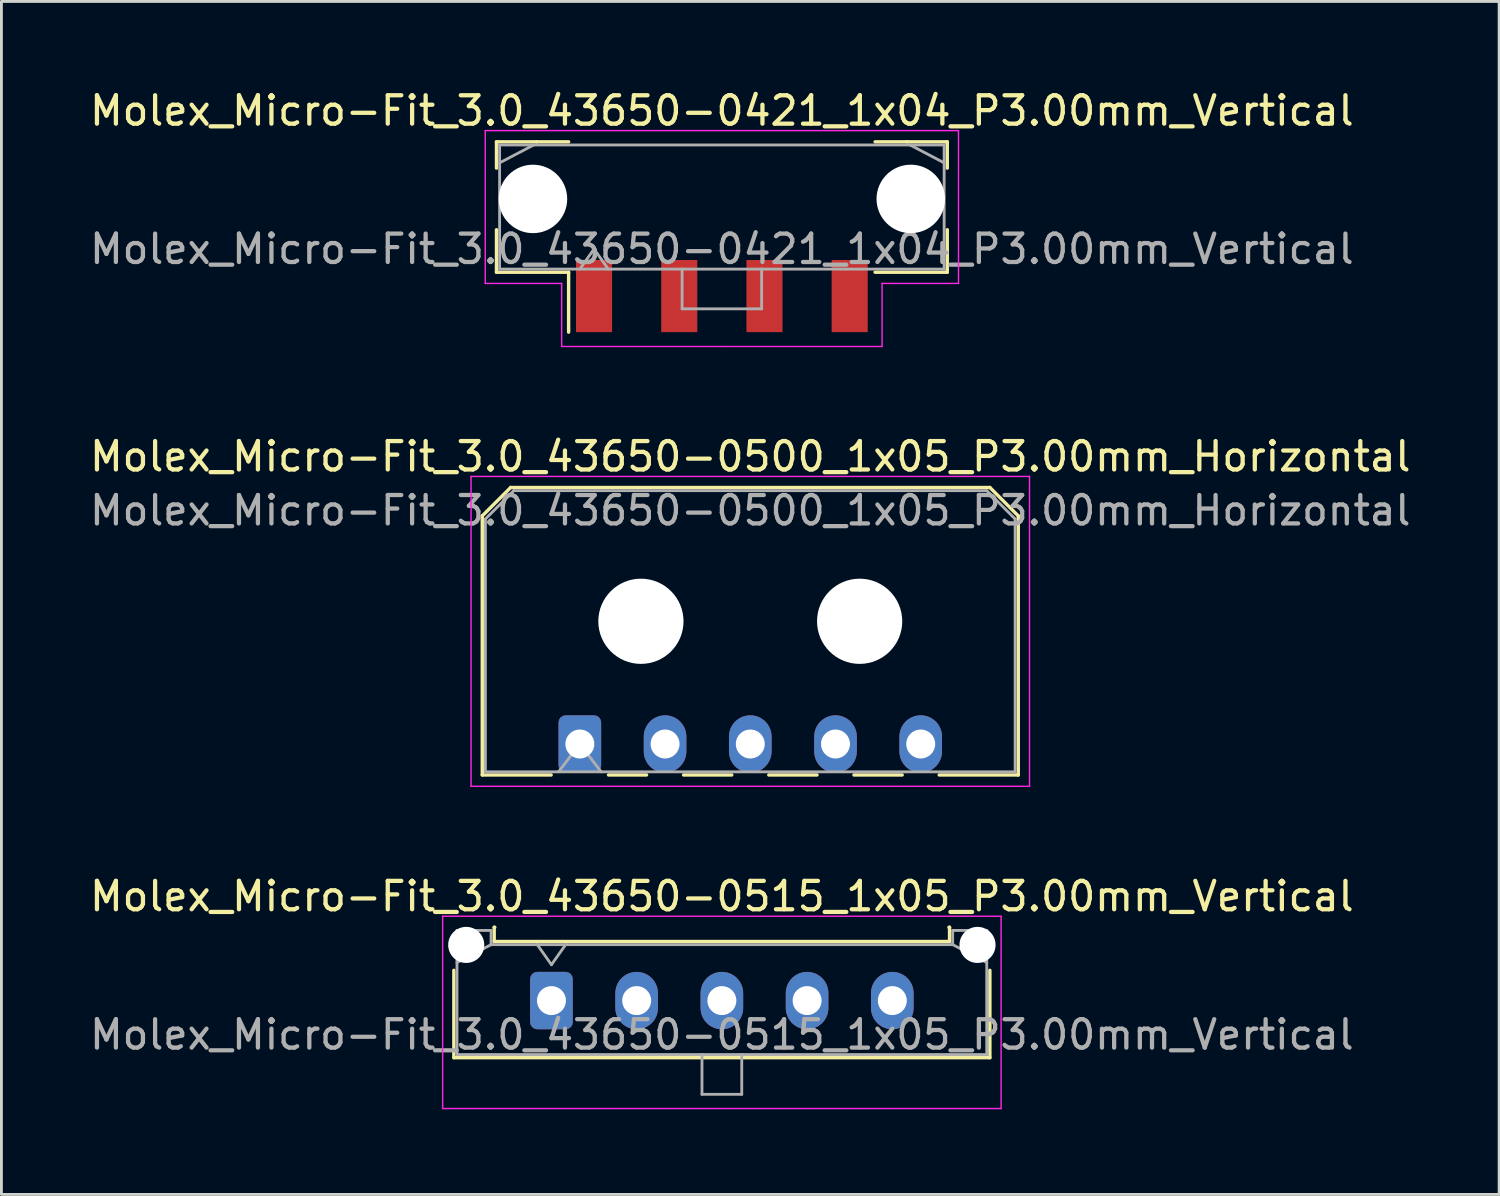
<source format=kicad_pcb>
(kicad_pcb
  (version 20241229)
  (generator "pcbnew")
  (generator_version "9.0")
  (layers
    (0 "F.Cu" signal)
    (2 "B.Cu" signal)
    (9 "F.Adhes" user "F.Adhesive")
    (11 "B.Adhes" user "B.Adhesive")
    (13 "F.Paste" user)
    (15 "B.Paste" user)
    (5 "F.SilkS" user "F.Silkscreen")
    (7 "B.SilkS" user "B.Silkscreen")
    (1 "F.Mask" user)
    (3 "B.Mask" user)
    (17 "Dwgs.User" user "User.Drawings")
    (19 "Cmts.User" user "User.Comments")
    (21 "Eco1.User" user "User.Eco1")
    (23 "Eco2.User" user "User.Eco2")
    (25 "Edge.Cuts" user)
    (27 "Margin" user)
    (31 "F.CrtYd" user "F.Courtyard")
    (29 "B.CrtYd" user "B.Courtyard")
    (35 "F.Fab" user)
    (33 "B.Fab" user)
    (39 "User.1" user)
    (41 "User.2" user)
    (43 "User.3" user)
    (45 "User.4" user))
  (footprint "Molex_Micro-Fit_3.0_43650-0515_1x05_P3.00mm_Vertical"
    (layer "F.Cu")
    (at 16.363 32.175)
    (property "Reference" "Molex_Micro-Fit_3.0_43650-0515_1x05_P3.00mm_Vertical" (at 6 -3.67 0) (layer "F.SilkS") (effects (font (size 1 1) (thickness 0.15))))
    (attr through_hole)
    (fp_line (start -3.435 -1.065) (end -3.435 2.01) (stroke (width 0.12) (type solid)) (layer "F.SilkS"))
    (fp_line (start -3.435 2.01) (end 15.435 2.01) (stroke (width 0.12) (type solid)) (layer "F.SilkS"))
    (fp_line (start -2.015 -2.58) (end -2.015 -2.08) (stroke (width 0.12) (type solid)) (layer "F.SilkS"))
    (fp_line (start -2.015 -2.08) (end 14.015 -2.08) (stroke (width 0.12) (type solid)) (layer "F.SilkS"))
    (fp_line (start -1.995 -2.58) (end -2.015 -2.58) (stroke (width 0.12) (type solid)) (layer "F.SilkS"))
    (fp_line (start 14.015 -2.58) (end 13.995 -2.58) (stroke (width 0.12) (type solid)) (layer "F.SilkS"))
    (fp_line (start 14.015 -2.08) (end 14.015 -2.58) (stroke (width 0.12) (type solid)) (layer "F.SilkS"))
    (fp_line (start 15.435 2.01) (end 15.435 -1.065) (stroke (width 0.12) (type solid)) (layer "F.SilkS"))
    (fp_line (start -3.83 -2.97) (end 15.83 -2.97) (stroke (width 0.05) (type solid)) (layer "F.CrtYd"))
    (fp_line (start -3.83 3.8) (end -3.83 -2.97) (stroke (width 0.05) (type solid)) (layer "F.CrtYd"))
    (fp_line (start 15.83 -2.97) (end 15.83 3.8) (stroke (width 0.05) (type solid)) (layer "F.CrtYd"))
    (fp_line (start 15.83 3.8) (end -3.83 3.8) (stroke (width 0.05) (type solid)) (layer "F.CrtYd"))
    (fp_line (start -3.325 -2.47) (end -3.325 1.9) (stroke (width 0.1) (type solid)) (layer "F.Fab"))
    (fp_line (start -3.325 -1.34) (end -2.125 -1.97) (stroke (width 0.1) (type solid)) (layer "F.Fab"))
    (fp_line (start -3.325 1.9) (end 15.325 1.9) (stroke (width 0.1) (type solid)) (layer "F.Fab"))
    (fp_line (start -2.125 -2.47) (end -3.325 -2.47) (stroke (width 0.1) (type solid)) (layer "F.Fab"))
    (fp_line (start -2.125 -1.97) (end -2.125 -2.47) (stroke (width 0.1) (type solid)) (layer "F.Fab"))
    (fp_line (start -0.5 -1.97) (end 0 -1.263) (stroke (width 0.1) (type solid)) (layer "F.Fab"))
    (fp_line (start 0 -1.263) (end 0.5 -1.97) (stroke (width 0.1) (type solid)) (layer "F.Fab"))
    (fp_line (start 5.3 1.9) (end 5.3 3.3) (stroke (width 0.1) (type solid)) (layer "F.Fab"))
    (fp_line (start 5.3 3.3) (end 6.7 3.3) (stroke (width 0.1) (type solid)) (layer "F.Fab"))
    (fp_line (start 6.7 3.3) (end 6.7 1.9) (stroke (width 0.1) (type solid)) (layer "F.Fab"))
    (fp_line (start 14.125 -2.47) (end 14.125 -1.97) (stroke (width 0.1) (type solid)) (layer "F.Fab"))
    (fp_line (start 14.125 -1.97) (end -2.125 -1.97) (stroke (width 0.1) (type solid)) (layer "F.Fab"))
    (fp_line (start 15.325 -2.47) (end 14.125 -2.47) (stroke (width 0.1) (type solid)) (layer "F.Fab"))
    (fp_line (start 15.325 -1.34) (end 14.125 -1.97) (stroke (width 0.1) (type solid)) (layer "F.Fab"))
    (fp_line (start 15.325 1.9) (end 15.325 -2.47) (stroke (width 0.1) (type solid)) (layer "F.Fab"))
    (fp_text user "${REFERENCE}" (at 6 1.2 0) (layer "F.Fab") (effects (font (size 1 1) (thickness 0.15))))
    (pad "" np_thru_hole circle (at -3 -1.96) (size 1.27 1.27) (drill 1.27) (layers "*.Cu" "*.Mask"))
    (pad "" np_thru_hole circle (at 15 -1.96) (size 1.27 1.27) (drill 1.27) (layers "*.Cu" "*.Mask"))
    (pad "1" thru_hole roundrect (at 0 0) (size 1.5 2.02) (drill 1.02) (layers "*.Cu" "*.Mask") (roundrect_rratio 0.167))
    (pad "2" thru_hole oval (at 3 0) (size 1.5 2.02) (drill 1.02) (layers "*.Cu" "*.Mask"))
    (pad "3" thru_hole oval (at 6 0) (size 1.5 2.02) (drill 1.02) (layers "*.Cu" "*.Mask"))
    (pad "4" thru_hole oval (at 9 0) (size 1.5 2.02) (drill 1.02) (layers "*.Cu" "*.Mask"))
    (pad "5" thru_hole oval (at 12 0) (size 1.5 2.02) (drill 1.02) (layers "*.Cu" "*.Mask")))
  (footprint "Molex_Micro-Fit_3.0_43650-0500_1x05_P3.00mm_Horizontal"
    (layer "F.Cu")
    (at 17.363 23.142)
    (property "Reference" "Molex_Micro-Fit_3.0_43650-0500_1x05_P3.00mm_Horizontal" (at 6 -10.12 0) (layer "F.SilkS") (effects (font (size 1 1) (thickness 0.15))))
    (attr through_hole)
    (fp_line (start -3.435 -8.03) (end -2.435 -9.03) (stroke (width 0.12) (type solid)) (layer "F.SilkS"))
    (fp_line (start -3.435 1.09) (end -3.435 -8.03) (stroke (width 0.12) (type solid)) (layer "F.SilkS"))
    (fp_line (start -3.435 1.09) (end -1.01 1.09) (stroke (width 0.12) (type solid)) (layer "F.SilkS"))
    (fp_line (start -2.435 -9.03) (end 14.435 -9.03) (stroke (width 0.12) (type solid)) (layer "F.SilkS"))
    (fp_line (start 1.01 1.09) (end 2.348 1.09) (stroke (width 0.12) (type solid)) (layer "F.SilkS"))
    (fp_line (start 3.652 1.09) (end 5.348 1.09) (stroke (width 0.12) (type solid)) (layer "F.SilkS"))
    (fp_line (start 6.652 1.09) (end 8.348 1.09) (stroke (width 0.12) (type solid)) (layer "F.SilkS"))
    (fp_line (start 9.652 1.09) (end 11.348 1.09) (stroke (width 0.12) (type solid)) (layer "F.SilkS"))
    (fp_line (start 14.435 -9.03) (end 15.435 -8.03) (stroke (width 0.12) (type solid)) (layer "F.SilkS"))
    (fp_line (start 15.435 -8.03) (end 15.435 1.09) (stroke (width 0.12) (type solid)) (layer "F.SilkS"))
    (fp_line (start 15.435 1.09) (end 12.652 1.09) (stroke (width 0.12) (type solid)) (layer "F.SilkS"))
    (fp_line (start -3.83 -9.42) (end 15.83 -9.42) (stroke (width 0.05) (type solid)) (layer "F.CrtYd"))
    (fp_line (start -3.83 1.49) (end -3.83 -9.42) (stroke (width 0.05) (type solid)) (layer "F.CrtYd"))
    (fp_line (start 15.83 -9.42) (end 15.83 1.49) (stroke (width 0.05) (type solid)) (layer "F.CrtYd"))
    (fp_line (start 15.83 1.49) (end -3.83 1.49) (stroke (width 0.05) (type solid)) (layer "F.CrtYd"))
    (fp_line (start -3.325 -7.92) (end -2.325 -8.92) (stroke (width 0.1) (type solid)) (layer "F.Fab"))
    (fp_line (start -3.325 0.98) (end -3.325 -7.92) (stroke (width 0.1) (type solid)) (layer "F.Fab"))
    (fp_line (start -2.325 -8.92) (end 14.325 -8.92) (stroke (width 0.1) (type solid)) (layer "F.Fab"))
    (fp_line (start -0.75 0.98) (end 0 0) (stroke (width 0.1) (type solid)) (layer "F.Fab"))
    (fp_line (start 0 0) (end 0.75 0.98) (stroke (width 0.1) (type solid)) (layer "F.Fab"))
    (fp_line (start 14.325 -8.92) (end 15.325 -7.92) (stroke (width 0.1) (type solid)) (layer "F.Fab"))
    (fp_line (start 15.325 -7.92) (end 15.325 0.98) (stroke (width 0.1) (type solid)) (layer "F.Fab"))
    (fp_line (start 15.325 0.98) (end -3.325 0.98) (stroke (width 0.1) (type solid)) (layer "F.Fab"))
    (fp_text user "${REFERENCE}" (at 6 -8.22 0) (layer "F.Fab") (effects (font (size 1 1) (thickness 0.15))))
    (pad "" np_thru_hole circle (at 2.15 -4.32) (size 3 3) (drill 3) (layers "*.Cu" "*.Mask"))
    (pad "" np_thru_hole circle (at 9.85 -4.32) (size 3 3) (drill 3) (layers "*.Cu" "*.Mask"))
    (pad "1" thru_hole roundrect (at 0 0) (size 1.5 2.02) (drill 1.02) (layers "*.Cu" "*.Mask") (roundrect_rratio 0.167))
    (pad "2" thru_hole oval (at 3 0) (size 1.5 2.02) (drill 1.02) (layers "*.Cu" "*.Mask"))
    (pad "3" thru_hole oval (at 6 0) (size 1.5 2.02) (drill 1.02) (layers "*.Cu" "*.Mask"))
    (pad "4" thru_hole oval (at 9 0) (size 1.5 2.02) (drill 1.02) (layers "*.Cu" "*.Mask"))
    (pad "5" thru_hole oval (at 12 0) (size 1.5 2.02) (drill 1.02) (layers "*.Cu" "*.Mask")))
  (footprint "Molex_Micro-Fit_3.0_43650-0421_1x04_P3.00mm_Vertical"
    (layer "F.Cu")
    (at 22.363 4.238)
    (property "Reference" "Molex_Micro-Fit_3.0_43650-0421_1x04_P3.00mm_Vertical" (at 0 -3.39 0) (layer "F.SilkS") (effects (font (size 1 1) (thickness 0.15))))
    (attr smd)
    (fp_line (start -7.935 -2.295) (end -6.515 -2.295) (stroke (width 0.12) (type solid)) (layer "F.SilkS"))
    (fp_line (start -7.935 -1.37) (end -7.935 -2.295) (stroke (width 0.12) (type solid)) (layer "F.SilkS"))
    (fp_line (start -7.935 0.8) (end -7.935 2.295) (stroke (width 0.12) (type solid)) (layer "F.SilkS"))
    (fp_line (start -7.935 2.295) (end -5.395 2.295) (stroke (width 0.12) (type solid)) (layer "F.SilkS"))
    (fp_line (start -6.515 -2.295) (end -5.395 -2.295) (stroke (width 0.12) (type solid)) (layer "F.SilkS"))
    (fp_line (start -5.395 2.295) (end -5.395 4.405) (stroke (width 0.12) (type solid)) (layer "F.SilkS"))
    (fp_line (start 6.515 -2.295) (end 5.395 -2.295) (stroke (width 0.12) (type solid)) (layer "F.SilkS"))
    (fp_line (start 7.935 -2.295) (end 6.515 -2.295) (stroke (width 0.12) (type solid)) (layer "F.SilkS"))
    (fp_line (start 7.935 -1.37) (end 7.935 -2.295) (stroke (width 0.12) (type solid)) (layer "F.SilkS"))
    (fp_line (start 7.935 0.8) (end 7.935 2.295) (stroke (width 0.12) (type solid)) (layer "F.SilkS"))
    (fp_line (start 7.935 2.295) (end 5.395 2.295) (stroke (width 0.12) (type solid)) (layer "F.SilkS"))
    (fp_line (start -8.33 -2.69) (end -8.33 2.69) (stroke (width 0.05) (type solid)) (layer "F.CrtYd"))
    (fp_line (start -8.33 2.69) (end -5.64 2.69) (stroke (width 0.05) (type solid)) (layer "F.CrtYd"))
    (fp_line (start -5.64 -2.69) (end -8.33 -2.69) (stroke (width 0.05) (type solid)) (layer "F.CrtYd"))
    (fp_line (start -5.64 2.69) (end -5.64 4.91) (stroke (width 0.05) (type solid)) (layer "F.CrtYd"))
    (fp_line (start -5.64 4.91) (end 0 4.91) (stroke (width 0.05) (type solid)) (layer "F.CrtYd"))
    (fp_line (start 0 -2.69) (end -5.64 -2.69) (stroke (width 0.05) (type solid)) (layer "F.CrtYd"))
    (fp_line (start 0 -2.69) (end 5.64 -2.69) (stroke (width 0.05) (type solid)) (layer "F.CrtYd"))
    (fp_line (start 5.64 -2.69) (end 8.33 -2.69) (stroke (width 0.05) (type solid)) (layer "F.CrtYd"))
    (fp_line (start 5.64 2.69) (end 5.64 4.91) (stroke (width 0.05) (type solid)) (layer "F.CrtYd"))
    (fp_line (start 5.64 4.91) (end 0 4.91) (stroke (width 0.05) (type solid)) (layer "F.CrtYd"))
    (fp_line (start 8.33 -2.69) (end 8.33 2.69) (stroke (width 0.05) (type solid)) (layer "F.CrtYd"))
    (fp_line (start 8.33 2.69) (end 5.64 2.69) (stroke (width 0.05) (type solid)) (layer "F.CrtYd"))
    (fp_line (start -7.825 -2.185) (end -7.825 2.185) (stroke (width 0.1) (type solid)) (layer "F.Fab"))
    (fp_line (start -7.825 -1.555) (end -6.625 -2.185) (stroke (width 0.1) (type solid)) (layer "F.Fab"))
    (fp_line (start -7.825 2.185) (end 7.825 2.185) (stroke (width 0.1) (type solid)) (layer "F.Fab"))
    (fp_line (start -6.625 -2.185) (end -7.825 -2.185) (stroke (width 0.1) (type solid)) (layer "F.Fab"))
    (fp_line (start -5 2.185) (end -4.5 1.478) (stroke (width 0.1) (type solid)) (layer "F.Fab"))
    (fp_line (start -4.5 1.478) (end -4 2.185) (stroke (width 0.1) (type solid)) (layer "F.Fab"))
    (fp_line (start -1.4 2.185) (end -1.4 3.585) (stroke (width 0.1) (type solid)) (layer "F.Fab"))
    (fp_line (start -1.4 3.585) (end 1.4 3.585) (stroke (width 0.1) (type solid)) (layer "F.Fab"))
    (fp_line (start 1.4 3.585) (end 1.4 2.185) (stroke (width 0.1) (type solid)) (layer "F.Fab"))
    (fp_line (start 6.625 -2.185) (end -6.625 -2.185) (stroke (width 0.1) (type solid)) (layer "F.Fab"))
    (fp_line (start 7.825 -2.185) (end 6.625 -2.185) (stroke (width 0.1) (type solid)) (layer "F.Fab"))
    (fp_line (start 7.825 -1.555) (end 6.625 -2.185) (stroke (width 0.1) (type solid)) (layer "F.Fab"))
    (fp_line (start 7.825 2.185) (end 7.825 -2.185) (stroke (width 0.1) (type solid)) (layer "F.Fab"))
    (fp_text user "${REFERENCE}" (at 0 1.48 0) (layer "F.Fab") (effects (font (size 1 1) (thickness 0.15))))
    (pad "" np_thru_hole circle (at -6.65 -0.285) (size 2.41 2.41) (drill 2.41) (layers "*.Cu" "*.Mask"))
    (pad "" np_thru_hole circle (at 6.65 -0.285) (size 2.41 2.41) (drill 2.41) (layers "*.Cu" "*.Mask"))
    (pad "1" smd rect (at -4.5 3.135) (size 1.27 2.54) (layers "F.Cu" "F.Mask" "F.Paste"))
    (pad "2" smd rect (at -1.5 3.135) (size 1.27 2.54) (layers "F.Cu" "F.Mask" "F.Paste"))
    (pad "3" smd rect (at 1.5 3.135) (size 1.27 2.54) (layers "F.Cu" "F.Mask" "F.Paste"))
    (pad "4" smd rect (at 4.5 3.135) (size 1.27 2.54) (layers "F.Cu" "F.Mask" "F.Paste")))
  (gr_rect
    (start -3 -3)
    (end 49.726 39)
    (stroke (width 0.1) (type default))
    (fill no)
    (layer "Edge.Cuts")))
</source>
